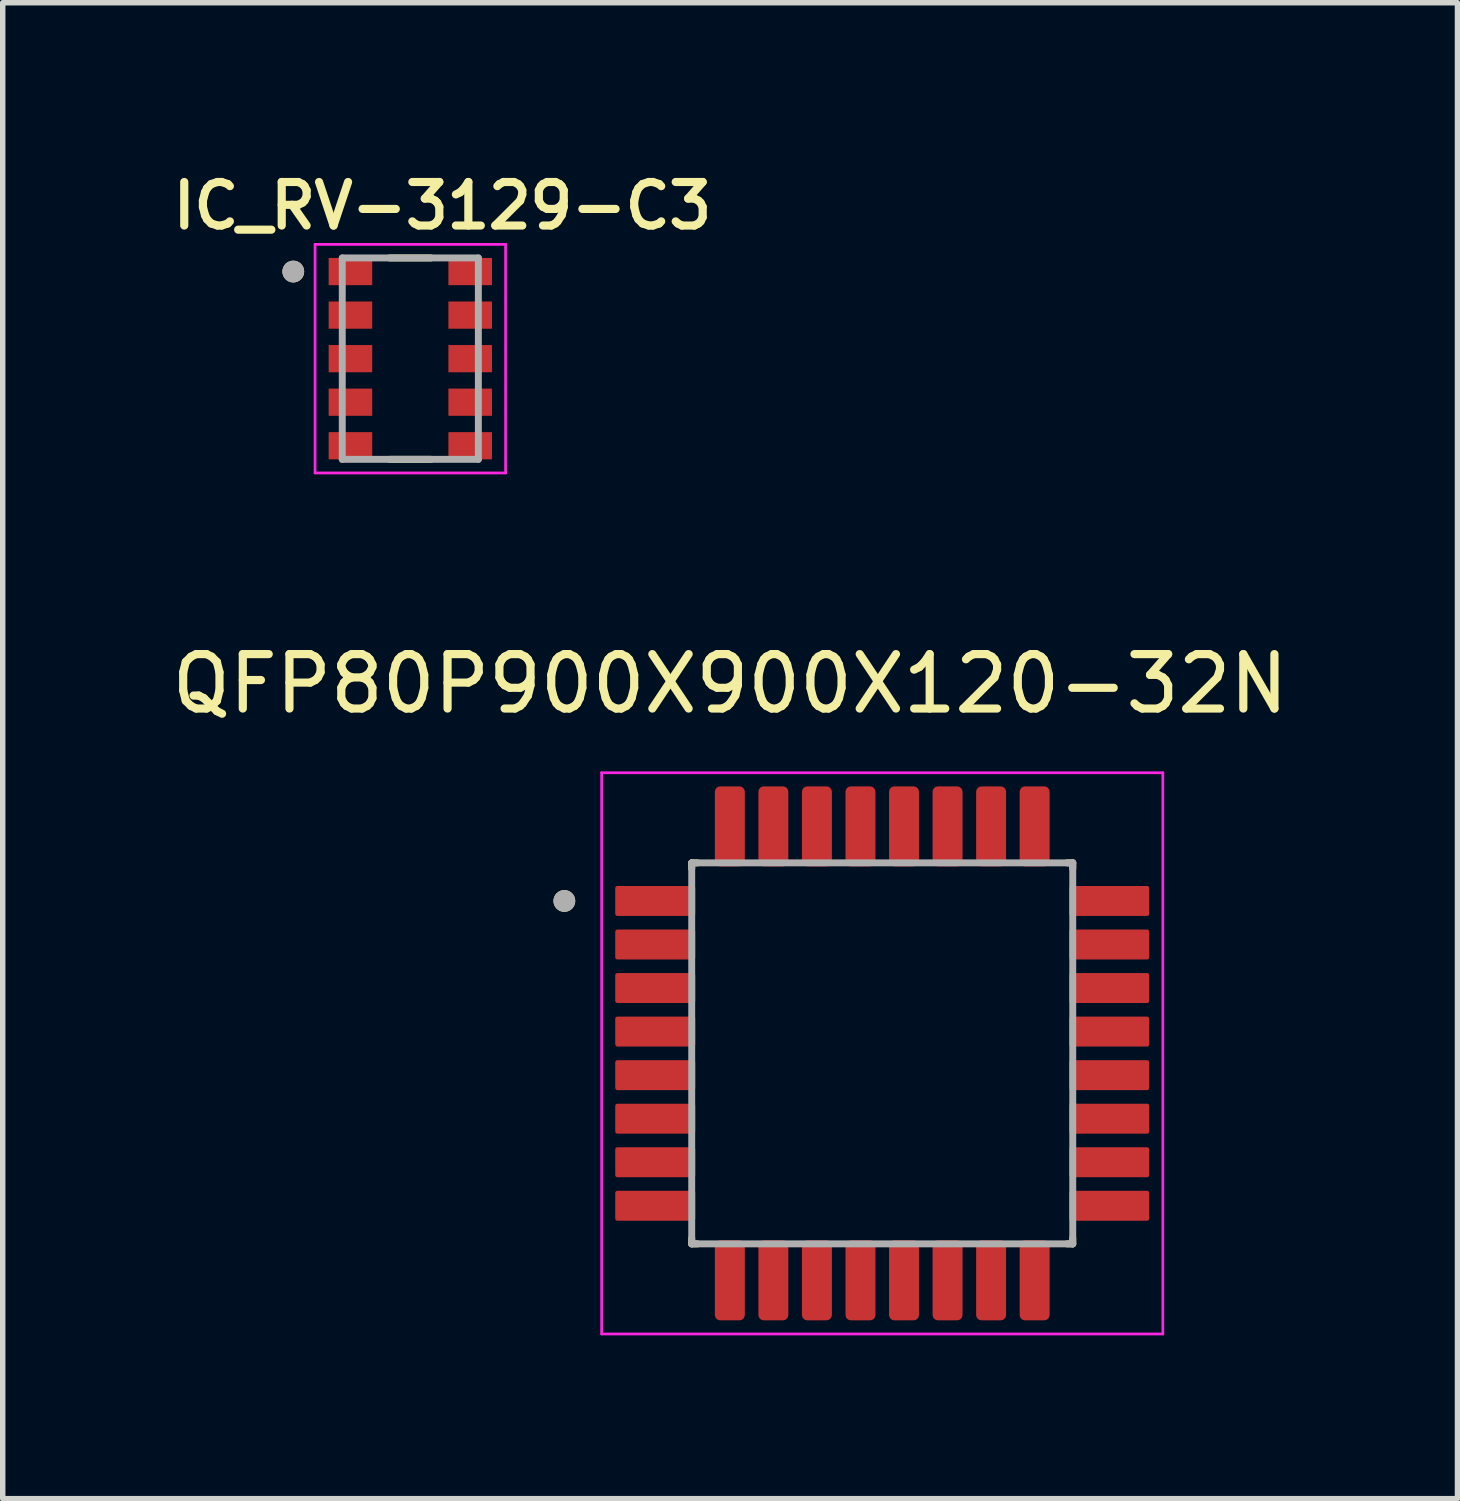
<source format=kicad_pcb>
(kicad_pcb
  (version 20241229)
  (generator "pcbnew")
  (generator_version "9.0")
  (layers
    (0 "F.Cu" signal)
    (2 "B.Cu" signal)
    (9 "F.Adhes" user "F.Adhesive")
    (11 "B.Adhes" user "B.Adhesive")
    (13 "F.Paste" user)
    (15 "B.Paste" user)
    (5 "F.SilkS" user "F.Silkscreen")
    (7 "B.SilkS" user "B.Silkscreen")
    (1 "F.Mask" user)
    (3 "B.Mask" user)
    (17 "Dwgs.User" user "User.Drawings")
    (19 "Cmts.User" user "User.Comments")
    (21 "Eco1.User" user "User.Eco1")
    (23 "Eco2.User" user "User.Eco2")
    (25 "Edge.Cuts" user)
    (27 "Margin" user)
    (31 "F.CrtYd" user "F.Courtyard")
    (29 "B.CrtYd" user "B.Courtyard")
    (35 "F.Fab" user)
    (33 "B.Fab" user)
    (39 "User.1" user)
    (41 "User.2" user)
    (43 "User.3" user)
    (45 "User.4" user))
  (footprint "QFP80P900X900X120-32N"
    (layer "F.Cu")
    (at 13.158 16.302)
    (property "Reference" "QFP80P900X900X120-32N" (at -2.795 -6.79 0) (layer "F.SilkS") (effects (font (size 1 1) (thickness 0.15))))
    (attr smd)
    (fp_line (start -3.5 -3.5) (end -3.5 -3.395) (stroke (width 0.127) (type solid)) (layer "F.SilkS"))
    (fp_line (start -3.5 -3.5) (end -3.395 -3.5) (stroke (width 0.127) (type solid)) (layer "F.SilkS"))
    (fp_line (start -3.5 3.5) (end -3.5 3.395) (stroke (width 0.127) (type solid)) (layer "F.SilkS"))
    (fp_line (start -3.5 3.5) (end -3.395 3.5) (stroke (width 0.127) (type solid)) (layer "F.SilkS"))
    (fp_line (start 3.5 -3.5) (end 3.395 -3.5) (stroke (width 0.127) (type solid)) (layer "F.SilkS"))
    (fp_line (start 3.5 -3.5) (end 3.5 -3.395) (stroke (width 0.127) (type solid)) (layer "F.SilkS"))
    (fp_line (start 3.5 3.5) (end 3.395 3.5) (stroke (width 0.127) (type solid)) (layer "F.SilkS"))
    (fp_line (start 3.5 3.5) (end 3.5 3.395) (stroke (width 0.127) (type solid)) (layer "F.SilkS"))
    (fp_circle (center -5.84 -2.8) (end -5.74 -2.8) (stroke (width 0.2) (type solid)) (fill no) (layer "F.SilkS"))
    (fp_line (start -5.155 -5.155) (end 5.155 -5.155) (stroke (width 0.05) (type solid)) (layer "F.CrtYd"))
    (fp_line (start -5.155 5.155) (end -5.155 -5.155) (stroke (width 0.05) (type solid)) (layer "F.CrtYd"))
    (fp_line (start -5.155 5.155) (end 5.155 5.155) (stroke (width 0.05) (type solid)) (layer "F.CrtYd"))
    (fp_line (start 5.155 5.155) (end 5.155 -5.155) (stroke (width 0.05) (type solid)) (layer "F.CrtYd"))
    (fp_line (start -3.5 3.5) (end -3.5 -3.5) (stroke (width 0.127) (type solid)) (layer "F.Fab"))
    (fp_line (start 3.5 -3.5) (end -3.5 -3.5) (stroke (width 0.127) (type solid)) (layer "F.Fab"))
    (fp_line (start 3.5 3.5) (end -3.5 3.5) (stroke (width 0.127) (type solid)) (layer "F.Fab"))
    (fp_line (start 3.5 3.5) (end 3.5 -3.5) (stroke (width 0.127) (type solid)) (layer "F.Fab"))
    (fp_circle (center -5.84 -2.8) (end -5.74 -2.8) (stroke (width 0.2) (type solid)) (fill no) (layer "F.Fab"))
    (pad "1" smd roundrect (at -4.17 -2.8) (size 1.47 0.55) (layers "F.Cu" "F.Mask" "F.Paste") (roundrect_rratio 0.07))
    (pad "2" smd roundrect (at -4.17 -2) (size 1.47 0.55) (layers "F.Cu" "F.Mask" "F.Paste") (roundrect_rratio 0.07))
    (pad "3" smd roundrect (at -4.17 -1.2) (size 1.47 0.55) (layers "F.Cu" "F.Mask" "F.Paste") (roundrect_rratio 0.07))
    (pad "4" smd roundrect (at -4.17 -0.4) (size 1.47 0.55) (layers "F.Cu" "F.Mask" "F.Paste") (roundrect_rratio 0.07))
    (pad "5" smd roundrect (at -4.17 0.4) (size 1.47 0.55) (layers "F.Cu" "F.Mask" "F.Paste") (roundrect_rratio 0.07))
    (pad "6" smd roundrect (at -4.17 1.2) (size 1.47 0.55) (layers "F.Cu" "F.Mask" "F.Paste") (roundrect_rratio 0.07))
    (pad "7" smd roundrect (at -4.17 2) (size 1.47 0.55) (layers "F.Cu" "F.Mask" "F.Paste") (roundrect_rratio 0.07))
    (pad "8" smd roundrect (at -4.17 2.8) (size 1.47 0.55) (layers "F.Cu" "F.Mask" "F.Paste") (roundrect_rratio 0.07))
    (pad "9" smd roundrect (at -2.8 4.17) (size 0.55 1.47) (layers "F.Cu" "F.Mask" "F.Paste") (roundrect_rratio 0.18))
    (pad "10" smd roundrect (at -2 4.17) (size 0.55 1.47) (layers "F.Cu" "F.Mask" "F.Paste") (roundrect_rratio 0.18))
    (pad "11" smd roundrect (at -1.2 4.17) (size 0.55 1.47) (layers "F.Cu" "F.Mask" "F.Paste") (roundrect_rratio 0.18))
    (pad "12" smd roundrect (at -0.4 4.17) (size 0.55 1.47) (layers "F.Cu" "F.Mask" "F.Paste") (roundrect_rratio 0.18))
    (pad "13" smd roundrect (at 0.4 4.17) (size 0.55 1.47) (layers "F.Cu" "F.Mask" "F.Paste") (roundrect_rratio 0.18))
    (pad "14" smd roundrect (at 1.2 4.17) (size 0.55 1.47) (layers "F.Cu" "F.Mask" "F.Paste") (roundrect_rratio 0.18))
    (pad "15" smd roundrect (at 2 4.17) (size 0.55 1.47) (layers "F.Cu" "F.Mask" "F.Paste") (roundrect_rratio 0.18))
    (pad "16" smd roundrect (at 2.8 4.17) (size 0.55 1.47) (layers "F.Cu" "F.Mask" "F.Paste") (roundrect_rratio 0.18))
    (pad "17" smd roundrect (at 4.17 2.8) (size 1.47 0.55) (layers "F.Cu" "F.Mask" "F.Paste") (roundrect_rratio 0.07))
    (pad "18" smd roundrect (at 4.17 2) (size 1.47 0.55) (layers "F.Cu" "F.Mask" "F.Paste") (roundrect_rratio 0.07))
    (pad "19" smd roundrect (at 4.17 1.2) (size 1.47 0.55) (layers "F.Cu" "F.Mask" "F.Paste") (roundrect_rratio 0.07))
    (pad "20" smd roundrect (at 4.17 0.4) (size 1.47 0.55) (layers "F.Cu" "F.Mask" "F.Paste") (roundrect_rratio 0.07))
    (pad "21" smd roundrect (at 4.17 -0.4) (size 1.47 0.55) (layers "F.Cu" "F.Mask" "F.Paste") (roundrect_rratio 0.07))
    (pad "22" smd roundrect (at 4.17 -1.2) (size 1.47 0.55) (layers "F.Cu" "F.Mask" "F.Paste") (roundrect_rratio 0.07))
    (pad "23" smd roundrect (at 4.17 -2) (size 1.47 0.55) (layers "F.Cu" "F.Mask" "F.Paste") (roundrect_rratio 0.07))
    (pad "24" smd roundrect (at 4.17 -2.8) (size 1.47 0.55) (layers "F.Cu" "F.Mask" "F.Paste") (roundrect_rratio 0.07))
    (pad "25" smd roundrect (at 2.8 -4.17) (size 0.55 1.47) (layers "F.Cu" "F.Mask" "F.Paste") (roundrect_rratio 0.18))
    (pad "26" smd roundrect (at 2 -4.17) (size 0.55 1.47) (layers "F.Cu" "F.Mask" "F.Paste") (roundrect_rratio 0.18))
    (pad "27" smd roundrect (at 1.2 -4.17) (size 0.55 1.47) (layers "F.Cu" "F.Mask" "F.Paste") (roundrect_rratio 0.18))
    (pad "28" smd roundrect (at 0.4 -4.17) (size 0.55 1.47) (layers "F.Cu" "F.Mask" "F.Paste") (roundrect_rratio 0.18))
    (pad "29" smd roundrect (at -0.4 -4.17) (size 0.55 1.47) (layers "F.Cu" "F.Mask" "F.Paste") (roundrect_rratio 0.18))
    (pad "30" smd roundrect (at -1.2 -4.17) (size 0.55 1.47) (layers "F.Cu" "F.Mask" "F.Paste") (roundrect_rratio 0.18))
    (pad "31" smd roundrect (at -2 -4.17) (size 0.55 1.47) (layers "F.Cu" "F.Mask" "F.Paste") (roundrect_rratio 0.18))
    (pad "32" smd roundrect (at -2.8 -4.17) (size 0.55 1.47) (layers "F.Cu" "F.Mask" "F.Paste") (roundrect_rratio 0.18)))
  (footprint "IC_RV-3129-C3"
    (layer "F.Cu")
    (at 4.488 3.539)
    (property "Reference" "IC_RV-3129-C3" (at 0.59 -2.808 0) (layer "F.SilkS") (effects (font (size 0.8 0.8) (thickness 0.15))))
    (attr smd)
    (fp_line (start -0.38 -1.85) (end 0.38 -1.85) (stroke (width 0.127) (type solid)) (layer "F.SilkS"))
    (fp_line (start -0.38 1.85) (end 0.38 1.85) (stroke (width 0.127) (type solid)) (layer "F.SilkS"))
    (fp_circle (center -2.15 -1.6) (end -2.05 -1.6) (stroke (width 0.2) (type solid)) (fill no) (layer "F.SilkS"))
    (fp_line (start -1.75 -2.1) (end -1.75 2.1) (stroke (width 0.05) (type solid)) (layer "F.CrtYd"))
    (fp_line (start -1.75 2.1) (end 1.75 2.1) (stroke (width 0.05) (type solid)) (layer "F.CrtYd"))
    (fp_line (start 1.75 -2.1) (end -1.75 -2.1) (stroke (width 0.05) (type solid)) (layer "F.CrtYd"))
    (fp_line (start 1.75 2.1) (end 1.75 -2.1) (stroke (width 0.05) (type solid)) (layer "F.CrtYd"))
    (fp_line (start -1.25 -1.85) (end -1.25 1.85) (stroke (width 0.127) (type solid)) (layer "F.Fab"))
    (fp_line (start -1.25 1.85) (end 1.25 1.85) (stroke (width 0.127) (type solid)) (layer "F.Fab"))
    (fp_line (start 1.25 -1.85) (end -1.25 -1.85) (stroke (width 0.127) (type solid)) (layer "F.Fab"))
    (fp_line (start 1.25 1.85) (end 1.25 -1.85) (stroke (width 0.127) (type solid)) (layer "F.Fab"))
    (fp_circle (center -2.15 -1.6) (end -2.05 -1.6) (stroke (width 0.2) (type solid)) (fill no) (layer "F.Fab"))
    (pad "1" smd rect (at -1.1 -1.6) (size 0.8 0.5) (layers "F.Cu" "F.Mask" "F.Paste"))
    (pad "2" smd rect (at -1.1 -0.8) (size 0.8 0.5) (layers "F.Cu" "F.Mask" "F.Paste"))
    (pad "3" smd rect (at -1.1 0) (size 0.8 0.5) (layers "F.Cu" "F.Mask" "F.Paste"))
    (pad "4" smd rect (at -1.1 0.8) (size 0.8 0.5) (layers "F.Cu" "F.Mask" "F.Paste"))
    (pad "5" smd rect (at -1.1 1.6) (size 0.8 0.5) (layers "F.Cu" "F.Mask" "F.Paste"))
    (pad "6" smd rect (at 1.1 1.6) (size 0.8 0.5) (layers "F.Cu" "F.Mask" "F.Paste"))
    (pad "7" smd rect (at 1.1 0.8) (size 0.8 0.5) (layers "F.Cu" "F.Mask" "F.Paste"))
    (pad "8" smd rect (at 1.1 0) (size 0.8 0.5) (layers "F.Cu" "F.Mask" "F.Paste"))
    (pad "9" smd rect (at 1.1 -0.8) (size 0.8 0.5) (layers "F.Cu" "F.Mask" "F.Paste"))
    (pad "10" smd rect (at 1.1 -1.6) (size 0.8 0.5) (layers "F.Cu" "F.Mask" "F.Paste")))
  (gr_rect
    (start -3 -3)
    (end 23.726 24.483)
    (stroke (width 0.1) (type default))
    (fill no)
    (layer "Edge.Cuts")))
</source>
